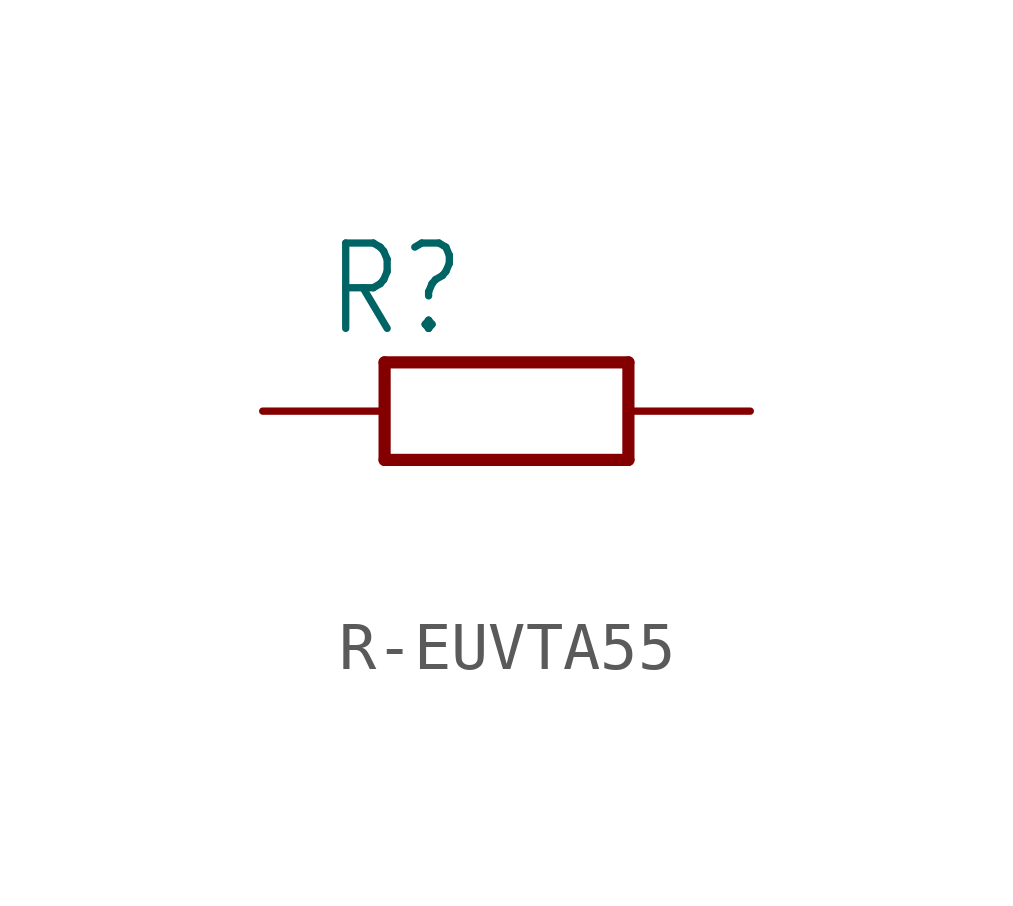
<source format=kicad_sym>
(kicad_symbol_lib
  (version 20220914)
  (generator kicad_symbol_editor)
  (symbol "R-EUVTA55"
    (property "Reference" "R"
      (at -3.81 1.499 0)
      (effects (font (size 1.778 1.511)) (justify left bottom)))
    (property "Value" ""
      (at -3.81 -3.302 0)
      (effects (font (size 1.778 1.511)) (justify left bottom)))
    (property "ki_locked" ""
      (at 0 0 0)
      (effects (font (size 1.27 1.27))))
    (symbol "R-EUVTA55_1_0"
      (polyline (pts (xy -2.54 -1.016) (xy -2.54 1.016)) (stroke (width 0.254) (type solid)) (fill (type none)))
      (polyline (pts (xy -2.54 1.016) (xy 2.54 1.016)) (stroke (width 0.254) (type solid)) (fill (type none)))
      (polyline (pts (xy 2.54 -1.016) (xy -2.54 -1.016)) (stroke (width 0.254) (type solid)) (fill (type none)))
      (polyline (pts (xy 2.54 1.016) (xy 2.54 -1.016)) (stroke (width 0.254) (type solid)) (fill (type none)))
      (pin passive line (at -5.08 0 0) (length 2.54) (name "1" (effects (font (size 0 0)))) (number "1" (effects (font (size 0 0)))))
      (pin passive line (at 5.08 0 180) (length 2.54) (name "2" (effects (font (size 0 0)))) (number "2" (effects (font (size 0 0))))))))
</source>
